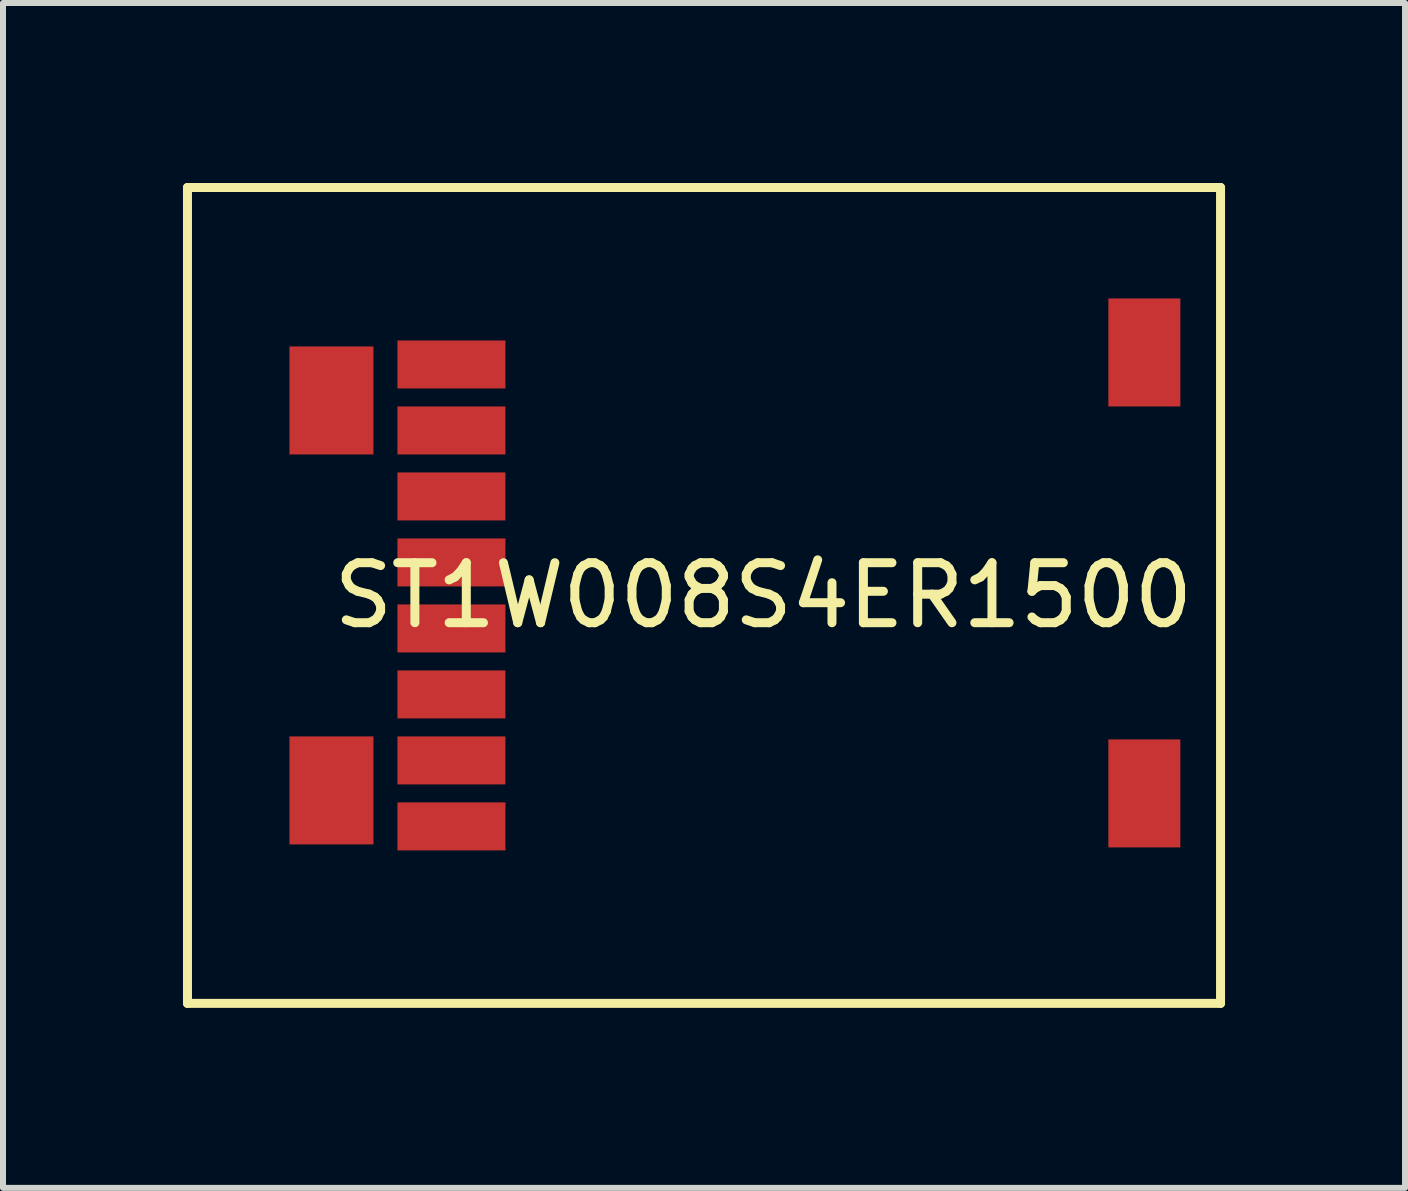
<source format=kicad_pcb>
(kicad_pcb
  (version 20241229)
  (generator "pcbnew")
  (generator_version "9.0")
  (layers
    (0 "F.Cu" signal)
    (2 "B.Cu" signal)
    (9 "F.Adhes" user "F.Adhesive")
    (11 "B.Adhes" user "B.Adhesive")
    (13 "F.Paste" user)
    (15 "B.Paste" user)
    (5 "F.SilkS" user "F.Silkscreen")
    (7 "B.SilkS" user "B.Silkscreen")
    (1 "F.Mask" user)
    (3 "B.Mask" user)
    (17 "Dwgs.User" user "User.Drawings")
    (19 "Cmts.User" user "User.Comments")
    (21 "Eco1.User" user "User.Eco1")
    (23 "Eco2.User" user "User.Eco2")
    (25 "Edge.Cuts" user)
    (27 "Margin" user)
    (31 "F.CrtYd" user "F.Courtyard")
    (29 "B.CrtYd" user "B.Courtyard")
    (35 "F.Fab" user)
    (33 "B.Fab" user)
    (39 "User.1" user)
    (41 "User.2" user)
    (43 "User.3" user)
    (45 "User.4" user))
  (footprint "ST1W008S4ER1500"
    (layer "F.Cu")
    (at 16.025 6.875)
    (property "Reference" "ST1W008S4ER1500" (at -6.35 0 0) (layer "F.SilkS") (effects (font (size 1 1) (thickness 0.15))))
    (attr through_hole)
    (fp_line (start -15.95 -6.8) (end 1.27 -6.8) (stroke (width 0.15) (type solid)) (layer "F.SilkS"))
    (fp_line (start -15.95 6.8) (end -15.95 -6.8) (stroke (width 0.15) (type solid)) (layer "F.SilkS"))
    (fp_line (start 1.27 -6.8) (end 1.27 6.8) (stroke (width 0.15) (type solid)) (layer "F.SilkS"))
    (fp_line (start 1.27 6.8) (end -15.95 6.8) (stroke (width 0.15) (type solid)) (layer "F.SilkS"))
    (pad "1" smd rect (at -11.55 3.85) (size 1.8 0.8) (layers "F.Cu" "F.Mask" "F.Paste"))
    (pad "2" smd rect (at -11.55 2.75) (size 1.8 0.8) (layers "F.Cu" "F.Mask" "F.Paste"))
    (pad "3" smd rect (at -11.55 1.65) (size 1.8 0.8) (layers "F.Cu" "F.Mask" "F.Paste"))
    (pad "4" smd rect (at -11.55 0.55) (size 1.8 0.8) (layers "F.Cu" "F.Mask" "F.Paste"))
    (pad "5" smd rect (at -11.55 -0.55) (size 1.8 0.8) (layers "F.Cu" "F.Mask" "F.Paste"))
    (pad "6" smd rect (at -11.55 -1.65) (size 1.8 0.8) (layers "F.Cu" "F.Mask" "F.Paste"))
    (pad "7" smd rect (at -11.55 -2.75) (size 1.8 0.8) (layers "F.Cu" "F.Mask" "F.Paste"))
    (pad "8" smd rect (at -11.55 -3.85) (size 1.8 0.8) (layers "F.Cu" "F.Mask" "F.Paste"))
    (pad "9" smd rect (at -13.55 -3.25) (size 1.4 1.8) (layers "F.Cu" "F.Mask" "F.Paste"))
    (pad "9" smd rect (at -13.55 3.25) (size 1.4 1.8) (layers "F.Cu" "F.Mask" "F.Paste"))
    (pad "9" smd rect (at 0 -4.05) (size 1.2 1.8) (layers "F.Cu" "F.Mask" "F.Paste"))
    (pad "9" smd rect (at 0 3.3) (size 1.2 1.8) (layers "F.Cu" "F.Mask" "F.Paste")))
  (gr_rect
    (start -3 -3)
    (end 20.37 16.75)
    (stroke (width 0.1) (type default))
    (fill no)
    (layer "Edge.Cuts")))
</source>
